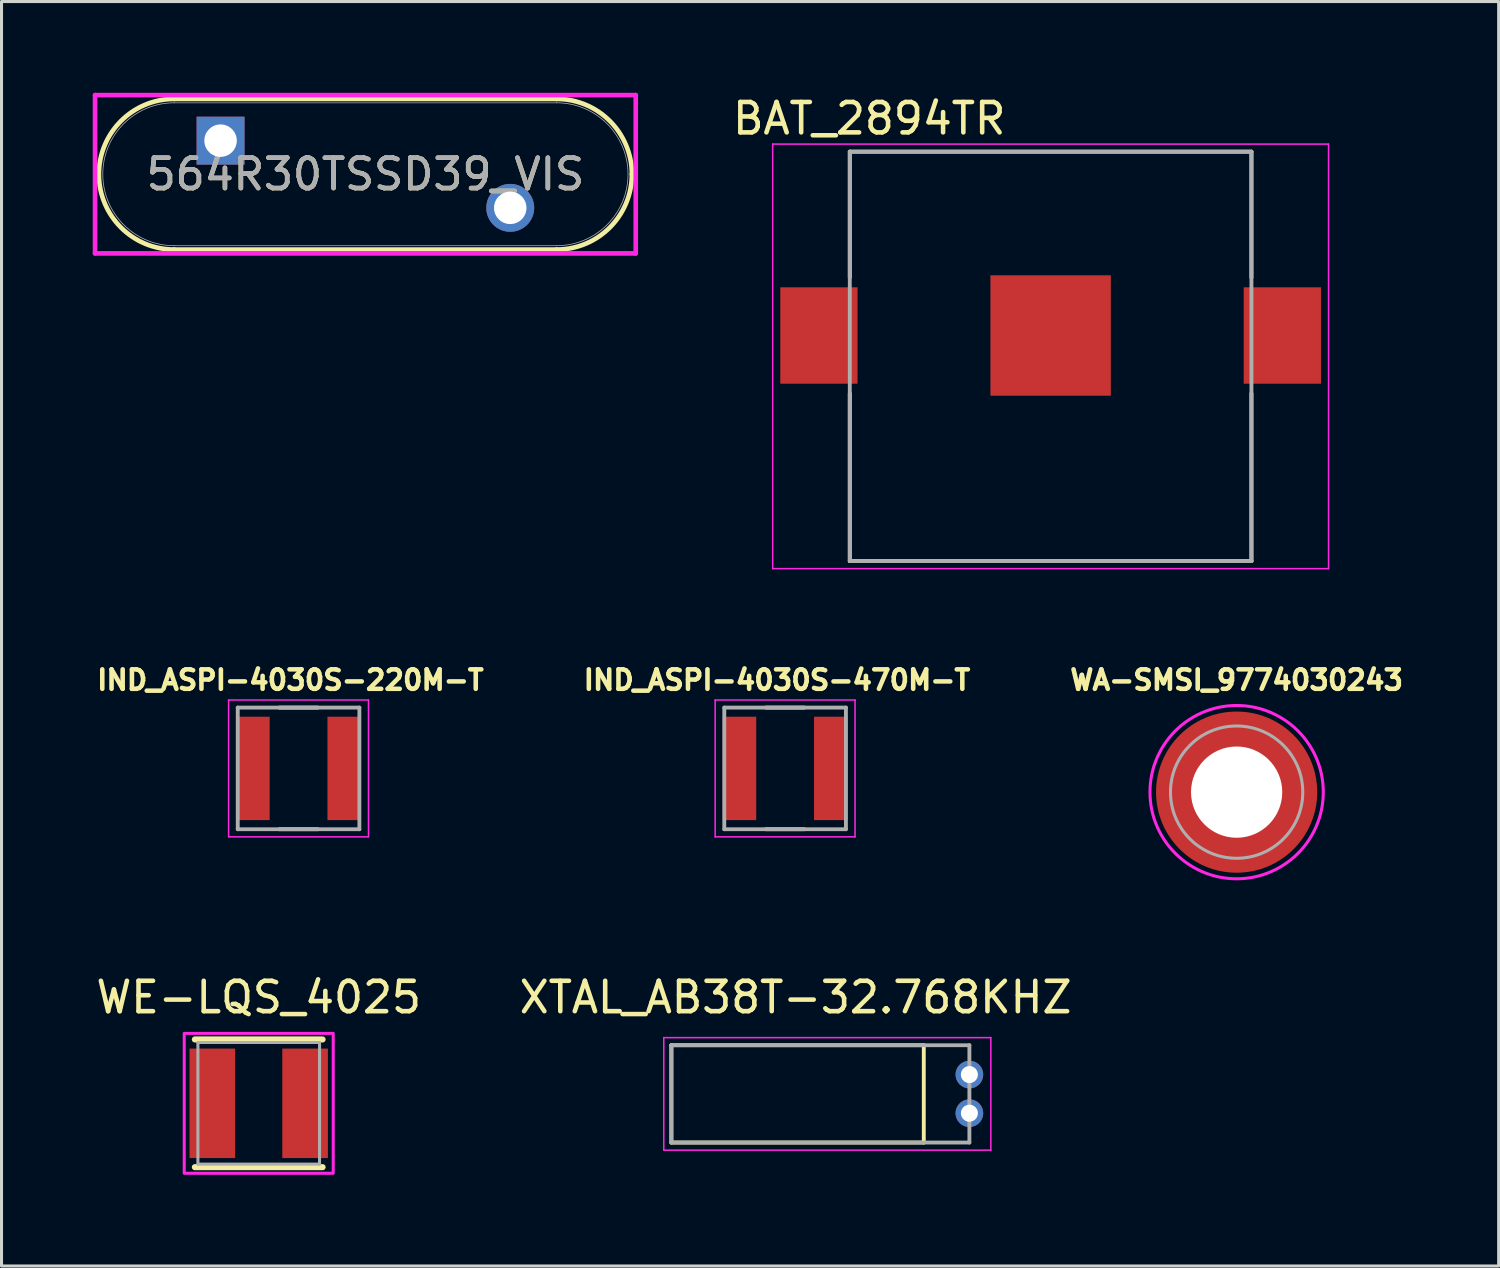
<source format=kicad_pcb>
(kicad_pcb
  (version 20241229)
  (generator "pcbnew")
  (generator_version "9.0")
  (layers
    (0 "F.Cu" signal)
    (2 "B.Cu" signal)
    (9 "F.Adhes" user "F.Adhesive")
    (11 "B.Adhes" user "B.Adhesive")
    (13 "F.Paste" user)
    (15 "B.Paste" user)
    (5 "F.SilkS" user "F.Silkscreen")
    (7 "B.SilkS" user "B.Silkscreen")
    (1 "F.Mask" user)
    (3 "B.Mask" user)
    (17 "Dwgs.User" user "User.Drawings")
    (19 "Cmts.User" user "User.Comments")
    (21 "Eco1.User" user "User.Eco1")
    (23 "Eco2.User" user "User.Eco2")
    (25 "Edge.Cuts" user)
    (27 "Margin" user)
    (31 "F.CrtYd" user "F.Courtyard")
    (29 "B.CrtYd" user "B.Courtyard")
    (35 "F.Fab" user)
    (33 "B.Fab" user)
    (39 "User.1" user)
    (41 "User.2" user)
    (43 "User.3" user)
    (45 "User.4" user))
  (footprint "IND_ASPI-4030S-220M-T"
    (layer "F.Cu")
    (at 6.768 22.219)
    (property "Reference" "IND_ASPI-4030S-220M-T" (at -0.268 -2.906 0) (layer "F.SilkS") (effects (font (size 0.64 0.64) (thickness 0.15))))
    (attr smd)
    (fp_line (start -0.63 -2) (end 0.63 -2) (stroke (width 0.127) (type solid)) (layer "F.SilkS"))
    (fp_line (start -0.63 2) (end 0.63 2) (stroke (width 0.127) (type solid)) (layer "F.SilkS"))
    (fp_line (start -2.3 -2.25) (end -2.3 2.25) (stroke (width 0.05) (type solid)) (layer "F.CrtYd"))
    (fp_line (start -2.3 2.25) (end 2.3 2.25) (stroke (width 0.05) (type solid)) (layer "F.CrtYd"))
    (fp_line (start 2.3 -2.25) (end -2.3 -2.25) (stroke (width 0.05) (type solid)) (layer "F.CrtYd"))
    (fp_line (start 2.3 2.25) (end 2.3 -2.25) (stroke (width 0.05) (type solid)) (layer "F.CrtYd"))
    (fp_line (start -2 -2) (end -2 2) (stroke (width 0.127) (type solid)) (layer "F.Fab"))
    (fp_line (start -2 -2) (end 2 -2) (stroke (width 0.127) (type solid)) (layer "F.Fab"))
    (fp_line (start -2 2) (end 2 2) (stroke (width 0.127) (type solid)) (layer "F.Fab"))
    (fp_line (start 2 -2) (end 2 2) (stroke (width 0.127) (type solid)) (layer "F.Fab"))
    (pad "1" smd rect (at -1.5 0) (size 1.1 3.4) (layers "F.Cu" "F.Mask" "F.Paste"))
    (pad "2" smd rect (at 1.5 0) (size 1.1 3.4) (layers "F.Cu" "F.Mask" "F.Paste")))
  (footprint "IND_ASPI-4030S-470M-T"
    (layer "F.Cu")
    (at 22.768 22.219)
    (property "Reference" "IND_ASPI-4030S-470M-T" (at -0.268 -2.906 0) (layer "F.SilkS") (effects (font (size 0.64 0.64) (thickness 0.15))))
    (attr smd)
    (fp_line (start -0.63 -2) (end 0.63 -2) (stroke (width 0.127) (type solid)) (layer "F.SilkS"))
    (fp_line (start -0.63 2) (end 0.63 2) (stroke (width 0.127) (type solid)) (layer "F.SilkS"))
    (fp_line (start -2.3 -2.25) (end -2.3 2.25) (stroke (width 0.05) (type solid)) (layer "F.CrtYd"))
    (fp_line (start -2.3 2.25) (end 2.3 2.25) (stroke (width 0.05) (type solid)) (layer "F.CrtYd"))
    (fp_line (start 2.3 -2.25) (end -2.3 -2.25) (stroke (width 0.05) (type solid)) (layer "F.CrtYd"))
    (fp_line (start 2.3 2.25) (end 2.3 -2.25) (stroke (width 0.05) (type solid)) (layer "F.CrtYd"))
    (fp_line (start -2 -2) (end -2 2) (stroke (width 0.127) (type solid)) (layer "F.Fab"))
    (fp_line (start -2 -2) (end 2 -2) (stroke (width 0.127) (type solid)) (layer "F.Fab"))
    (fp_line (start -2 2) (end 2 2) (stroke (width 0.127) (type solid)) (layer "F.Fab"))
    (fp_line (start 2 -2) (end 2 2) (stroke (width 0.127) (type solid)) (layer "F.Fab"))
    (pad "1" smd rect (at -1.5 0) (size 1.1 3.4) (layers "F.Cu" "F.Mask" "F.Paste"))
    (pad "2" smd rect (at 1.5 0) (size 1.1 3.4) (layers "F.Cu" "F.Mask" "F.Paste")))
  (footprint "XTAL_AB38T-32.768KHZ"
    (layer "F.Cu")
    (at 28.828 32.922)
    (property "Reference" "XTAL_AB38T-32.768KHZ" (at -5.715 -3.175 0) (layer "F.SilkS") (effects (font (size 1 1) (thickness 0.15))))
    (attr through_hole)
    (fp_line (start -9.8 -1.6) (end -1.5 -1.6) (stroke (width 0.127) (type solid)) (layer "F.SilkS"))
    (fp_line (start -9.8 1.6) (end -9.8 -1.6) (stroke (width 0.127) (type solid)) (layer "F.SilkS"))
    (fp_line (start -1.5 -1.6) (end -1.5 1.6) (stroke (width 0.127) (type solid)) (layer "F.SilkS"))
    (fp_line (start -1.5 1.6) (end -9.8 1.6) (stroke (width 0.127) (type solid)) (layer "F.SilkS"))
    (fp_line (start -10.05 -1.85) (end 0.705 -1.85) (stroke (width 0.05) (type solid)) (layer "F.CrtYd"))
    (fp_line (start -10.05 1.85) (end -10.05 -1.85) (stroke (width 0.05) (type solid)) (layer "F.CrtYd"))
    (fp_line (start 0.705 -1.85) (end 0.705 1.85) (stroke (width 0.05) (type solid)) (layer "F.CrtYd"))
    (fp_line (start 0.705 1.85) (end -10.05 1.85) (stroke (width 0.05) (type solid)) (layer "F.CrtYd"))
    (fp_line (start -9.8 -1.6) (end 0 -1.6) (stroke (width 0.127) (type solid)) (layer "F.Fab"))
    (fp_line (start -9.8 1.6) (end -9.8 -1.6) (stroke (width 0.127) (type solid)) (layer "F.Fab"))
    (fp_line (start 0 -1.6) (end 0 1.6) (stroke (width 0.127) (type solid)) (layer "F.Fab"))
    (fp_line (start 0 1.6) (end -9.8 1.6) (stroke (width 0.127) (type solid)) (layer "F.Fab"))
    (pad "1" thru_hole circle (at 0 -0.635) (size 0.91 0.91) (drill 0.56) (layers "*.Cu" "*.Mask"))
    (pad "2" thru_hole circle (at 0 0.635) (size 0.91 0.91) (drill 0.56) (layers "*.Cu" "*.Mask")))
  (footprint "BAT_2894TR"
    (layer "F.Cu")
    (at 31.499 7.983)
    (property "Reference" "BAT_2894TR" (at -5.965 -7.135 0) (layer "F.SilkS") (effects (font (size 1 1) (thickness 0.15))))
    (attr smd)
    (fp_line (start -6.604 -6.045) (end 6.604 -6.045) (stroke (width 0.127) (type solid)) (layer "F.SilkS"))
    (fp_line (start -6.604 -1.905) (end -6.604 -6.045) (stroke (width 0.127) (type solid)) (layer "F.SilkS"))
    (fp_line (start -6.604 7.417) (end -6.604 1.905) (stroke (width 0.127) (type solid)) (layer "F.SilkS"))
    (fp_line (start 6.604 -6.045) (end 6.604 -1.905) (stroke (width 0.127) (type solid)) (layer "F.SilkS"))
    (fp_line (start 6.604 7.417) (end -6.604 7.417) (stroke (width 0.127) (type solid)) (layer "F.SilkS"))
    (fp_line (start 6.604 7.417) (end 6.604 1.905) (stroke (width 0.127) (type solid)) (layer "F.SilkS"))
    (fp_line (start -9.14 -6.295) (end -9.14 7.667) (stroke (width 0.05) (type solid)) (layer "F.CrtYd"))
    (fp_line (start -9.14 7.667) (end 9.14 7.667) (stroke (width 0.05) (type solid)) (layer "F.CrtYd"))
    (fp_line (start 9.14 -6.295) (end -9.14 -6.295) (stroke (width 0.05) (type solid)) (layer "F.CrtYd"))
    (fp_line (start 9.14 7.667) (end 9.14 -6.295) (stroke (width 0.05) (type solid)) (layer "F.CrtYd"))
    (fp_line (start -6.604 -6.045) (end 6.604 -6.045) (stroke (width 0.127) (type solid)) (layer "F.Fab"))
    (fp_line (start -6.604 7.417) (end -6.604 -6.045) (stroke (width 0.127) (type solid)) (layer "F.Fab"))
    (fp_line (start 6.604 -6.045) (end 6.604 7.417) (stroke (width 0.127) (type solid)) (layer "F.Fab"))
    (fp_line (start 6.604 7.417) (end -6.604 7.417) (stroke (width 0.127) (type solid)) (layer "F.Fab"))
    (pad "N" smd rect (at 0 0) (size 3.96 3.96) (layers "F.Cu" "F.Mask"))
    (pad "P1" smd rect (at -7.62 0) (size 2.54 3.17) (layers "F.Cu" "F.Mask" "F.Paste"))
    (pad "P2" smd rect (at 7.62 0) (size 2.54 3.17) (layers "F.Cu" "F.Mask" "F.Paste")))
  (footprint "WE-LQS_4025"
    (layer "F.Cu")
    (at 5.458 33.232)
    (property "Reference" "WE-LQS_4025" (at 0 -3.485 0) (layer "F.SilkS") (effects (font (size 1 1) (thickness 0.15))))
    (attr smd)
    (fp_line (start -2.1 -2.1) (end 2.1 -2.1) (stroke (width 0.2) (type solid)) (layer "F.SilkS"))
    (fp_line (start -2.1 2.1) (end 2.1 2.1) (stroke (width 0.2) (type solid)) (layer "F.SilkS"))
    (fp_poly (pts (xy -2.45 -2.3) (xy 2.45 -2.3) (xy 2.45 2.3) (xy -2.45 2.3)) (stroke (width 0.1) (type solid)) (fill no) (layer "F.CrtYd"))
    (fp_line (start -2 -2) (end 2 -2) (stroke (width 0.1) (type solid)) (layer "F.Fab"))
    (fp_line (start -2 2) (end -2 -2) (stroke (width 0.1) (type solid)) (layer "F.Fab"))
    (fp_line (start 2 -2) (end 2 2) (stroke (width 0.1) (type solid)) (layer "F.Fab"))
    (fp_line (start 2 2) (end -2 2) (stroke (width 0.1) (type solid)) (layer "F.Fab"))
    (pad "1" smd rect (at -1.525 0) (size 1.5 3.6) (layers "F.Cu" "F.Mask" "F.Paste"))
    (pad "2" smd rect (at 1.525 0) (size 1.5 3.6) (layers "F.Cu" "F.Mask" "F.Paste")))
  (footprint "WA-SMSI_9774030243"
    (layer "F.Cu")
    (at 37.616 22.999)
    (property "Reference" "WA-SMSI_9774030243" (at 0 -3.686 0) (layer "F.SilkS") (effects (font (size 0.64 0.64) (thickness 0.15))))
    (attr smd)
    (fp_poly (pts (xy -2.54 0.3) (xy -1.52 0.3) (xy -1.51 0.355) (xy -1.49 0.43) (xy -1.46 0.525) (xy -1.42 0.625) (xy -1.355 0.755) (xy -1.31 0.83) (xy -1.255 0.91) (xy -1.205 0.975) (xy -1.145 1.045) (xy -1.11 1.08) (xy -1.07 1.12) (xy -1.025 1.165) (xy -0.97 1.21) (xy -0.89 1.27) (xy -0.815 1.32) (xy -0.745 1.36) (xy -0.645 1.41) (xy -0.575 1.44) (xy -0.51 1.465) (xy -0.43 1.49) (xy -0.355 1.51) (xy -0.3 1.52) (xy -0.3 2.54) (xy -0.36 2.535) (xy -0.425 2.525) (xy -0.51 2.51) (xy -0.6 2.49) (xy -0.675 2.47) (xy -0.75 2.45) (xy -0.825 2.425) (xy -0.895 2.4) (xy -0.97 2.37) (xy -1.04 2.34) (xy -1.115 2.305) (xy -1.165 2.28) (xy -1.25 2.235) (xy -1.32 2.195) (xy -1.39 2.15) (xy -1.465 2.1) (xy -1.56 2.03) (xy -1.655 1.955) (xy -1.715 1.9) (xy -1.785 1.835) (xy -1.845 1.775) (xy -1.905 1.71) (xy -1.955 1.655) (xy -2.01 1.585) (xy -2.06 1.52) (xy -2.11 1.45) (xy -2.16 1.375) (xy -2.2 1.31) (xy -2.245 1.23) (xy -2.285 1.155) (xy -2.325 1.075) (xy -2.36 0.995) (xy -2.39 0.92) (xy -2.415 0.855) (xy -2.445 0.76) (xy -2.475 0.66) (xy -2.5 0.56) (xy -2.515 0.485) (xy -2.525 0.425) (xy -2.535 0.36)) (stroke (width 0.01) (type solid)) (fill yes) (layer "F.Paste"))
    (fp_poly (pts (xy -0.3 -2.54) (xy -0.3 -1.52) (xy -0.355 -1.51) (xy -0.43 -1.49) (xy -0.525 -1.46) (xy -0.625 -1.42) (xy -0.755 -1.355) (xy -0.83 -1.31) (xy -0.91 -1.255) (xy -0.975 -1.205) (xy -1.045 -1.145) (xy -1.08 -1.11) (xy -1.12 -1.07) (xy -1.165 -1.025) (xy -1.21 -0.97) (xy -1.27 -0.89) (xy -1.32 -0.815) (xy -1.36 -0.745) (xy -1.41 -0.645) (xy -1.44 -0.575) (xy -1.465 -0.51) (xy -1.49 -0.43) (xy -1.51 -0.355) (xy -1.52 -0.3) (xy -2.54 -0.3) (xy -2.535 -0.36) (xy -2.525 -0.425) (xy -2.51 -0.51) (xy -2.49 -0.6) (xy -2.47 -0.675) (xy -2.45 -0.75) (xy -2.425 -0.825) (xy -2.4 -0.895) (xy -2.37 -0.97) (xy -2.34 -1.04) (xy -2.305 -1.115) (xy -2.28 -1.165) (xy -2.235 -1.25) (xy -2.195 -1.32) (xy -2.15 -1.39) (xy -2.1 -1.465) (xy -2.03 -1.56) (xy -1.955 -1.655) (xy -1.9 -1.715) (xy -1.835 -1.785) (xy -1.775 -1.845) (xy -1.71 -1.905) (xy -1.655 -1.955) (xy -1.585 -2.01) (xy -1.52 -2.06) (xy -1.45 -2.11) (xy -1.375 -2.16) (xy -1.31 -2.2) (xy -1.23 -2.245) (xy -1.155 -2.285) (xy -1.075 -2.325) (xy -0.995 -2.36) (xy -0.92 -2.39) (xy -0.855 -2.415) (xy -0.76 -2.445) (xy -0.66 -2.475) (xy -0.56 -2.5) (xy -0.485 -2.515) (xy -0.425 -2.525) (xy -0.36 -2.535)) (stroke (width 0.01) (type solid)) (fill yes) (layer "F.Paste"))
    (fp_poly (pts (xy 0.3 2.54) (xy 0.3 1.52) (xy 0.355 1.51) (xy 0.43 1.49) (xy 0.525 1.46) (xy 0.625 1.42) (xy 0.755 1.355) (xy 0.83 1.31) (xy 0.91 1.255) (xy 0.975 1.205) (xy 1.045 1.145) (xy 1.08 1.11) (xy 1.12 1.07) (xy 1.165 1.025) (xy 1.21 0.97) (xy 1.27 0.89) (xy 1.32 0.815) (xy 1.36 0.745) (xy 1.41 0.645) (xy 1.44 0.575) (xy 1.465 0.51) (xy 1.49 0.43) (xy 1.51 0.355) (xy 1.52 0.3) (xy 2.54 0.3) (xy 2.535 0.36) (xy 2.525 0.425) (xy 2.51 0.51) (xy 2.49 0.6) (xy 2.47 0.675) (xy 2.45 0.75) (xy 2.425 0.825) (xy 2.4 0.895) (xy 2.37 0.97) (xy 2.34 1.04) (xy 2.305 1.115) (xy 2.28 1.165) (xy 2.235 1.25) (xy 2.195 1.32) (xy 2.15 1.39) (xy 2.1 1.465) (xy 2.03 1.56) (xy 1.955 1.655) (xy 1.9 1.715) (xy 1.835 1.785) (xy 1.775 1.845) (xy 1.71 1.905) (xy 1.655 1.955) (xy 1.585 2.01) (xy 1.52 2.06) (xy 1.45 2.11) (xy 1.375 2.16) (xy 1.31 2.2) (xy 1.23 2.245) (xy 1.155 2.285) (xy 1.075 2.325) (xy 0.995 2.36) (xy 0.92 2.39) (xy 0.855 2.415) (xy 0.76 2.445) (xy 0.66 2.475) (xy 0.56 2.5) (xy 0.485 2.515) (xy 0.425 2.525) (xy 0.36 2.535)) (stroke (width 0.01) (type solid)) (fill yes) (layer "F.Paste"))
    (fp_poly (pts (xy 2.54 -0.3) (xy 1.52 -0.3) (xy 1.51 -0.355) (xy 1.49 -0.43) (xy 1.46 -0.525) (xy 1.42 -0.625) (xy 1.355 -0.755) (xy 1.31 -0.83) (xy 1.255 -0.91) (xy 1.205 -0.975) (xy 1.145 -1.045) (xy 1.11 -1.08) (xy 1.07 -1.12) (xy 1.025 -1.165) (xy 0.97 -1.21) (xy 0.89 -1.27) (xy 0.815 -1.32) (xy 0.745 -1.36) (xy 0.645 -1.41) (xy 0.575 -1.44) (xy 0.51 -1.465) (xy 0.43 -1.49) (xy 0.355 -1.51) (xy 0.3 -1.52) (xy 0.3 -2.54) (xy 0.36 -2.535) (xy 0.425 -2.525) (xy 0.51 -2.51) (xy 0.6 -2.49) (xy 0.675 -2.47) (xy 0.75 -2.45) (xy 0.825 -2.425) (xy 0.895 -2.4) (xy 0.97 -2.37) (xy 1.04 -2.34) (xy 1.115 -2.305) (xy 1.165 -2.28) (xy 1.25 -2.235) (xy 1.32 -2.195) (xy 1.39 -2.15) (xy 1.465 -2.1) (xy 1.56 -2.03) (xy 1.655 -1.955) (xy 1.715 -1.9) (xy 1.785 -1.835) (xy 1.845 -1.775) (xy 1.905 -1.71) (xy 1.955 -1.655) (xy 2.01 -1.585) (xy 2.06 -1.52) (xy 2.11 -1.45) (xy 2.16 -1.375) (xy 2.2 -1.31) (xy 2.245 -1.23) (xy 2.285 -1.155) (xy 2.325 -1.075) (xy 2.36 -0.995) (xy 2.39 -0.92) (xy 2.415 -0.855) (xy 2.445 -0.76) (xy 2.475 -0.66) (xy 2.5 -0.56) (xy 2.515 -0.485) (xy 2.525 -0.425) (xy 2.535 -0.36)) (stroke (width 0.01) (type solid)) (fill yes) (layer "F.Paste"))
    (fp_poly (pts (xy 0 -2.85) (xy 0.149 -2.846) (xy 0.298 -2.834) (xy 0.446 -2.815) (xy 0.593 -2.788) (xy 0.738 -2.753) (xy 0.881 -2.711) (xy 1.021 -2.661) (xy 1.159 -2.604) (xy 1.294 -2.539) (xy 1.425 -2.468) (xy 1.552 -2.39) (xy 1.675 -2.306) (xy 1.794 -2.215) (xy 1.907 -2.118) (xy 2.015 -2.015) (xy 2.118 -1.907) (xy 2.215 -1.794) (xy 2.306 -1.675) (xy 2.39 -1.552) (xy 2.468 -1.425) (xy 2.539 -1.294) (xy 2.604 -1.159) (xy 2.661 -1.021) (xy 2.711 -0.881) (xy 2.753 -0.738) (xy 2.788 -0.593) (xy 2.815 -0.446) (xy 2.834 -0.298) (xy 2.846 -0.149) (xy 2.85 0) (xy 2.846 0.149) (xy 2.834 0.298) (xy 2.815 0.446) (xy 2.788 0.593) (xy 2.753 0.738) (xy 2.711 0.881) (xy 2.661 1.021) (xy 2.604 1.159) (xy 2.539 1.294) (xy 2.468 1.425) (xy 2.39 1.552) (xy 2.306 1.675) (xy 2.215 1.794) (xy 2.118 1.907) (xy 2.015 2.015) (xy 1.907 2.118) (xy 1.794 2.215) (xy 1.675 2.306) (xy 1.552 2.39) (xy 1.425 2.468) (xy 1.294 2.539) (xy 1.159 2.604) (xy 1.021 2.661) (xy 0.881 2.711) (xy 0.738 2.753) (xy 0.593 2.788) (xy 0.446 2.815) (xy 0.298 2.834) (xy 0.149 2.846) (xy 0 2.85) (xy -0.149 2.846) (xy -0.298 2.834) (xy -0.446 2.815) (xy -0.593 2.788) (xy -0.738 2.753) (xy -0.881 2.711) (xy -1.021 2.661) (xy -1.159 2.604) (xy -1.294 2.539) (xy -1.425 2.468) (xy -1.552 2.39) (xy -1.675 2.306) (xy -1.794 2.215) (xy -1.907 2.118) (xy -2.015 2.015) (xy -2.118 1.907) (xy -2.215 1.794) (xy -2.306 1.675) (xy -2.39 1.552) (xy -2.468 1.425) (xy -2.539 1.294) (xy -2.604 1.159) (xy -2.661 1.021) (xy -2.711 0.881) (xy -2.753 0.738) (xy -2.788 0.593) (xy -2.815 0.446) (xy -2.834 0.298) (xy -2.846 0.149) (xy -2.85 0) (xy -2.846 -0.149) (xy -2.834 -0.298) (xy -2.815 -0.446) (xy -2.788 -0.593) (xy -2.753 -0.738) (xy -2.711 -0.881) (xy -2.661 -1.021) (xy -2.604 -1.159) (xy -2.539 -1.294) (xy -2.468 -1.425) (xy -2.39 -1.552) (xy -2.306 -1.675) (xy -2.215 -1.794) (xy -2.118 -1.907) (xy -2.015 -2.015) (xy -1.907 -2.118) (xy -1.794 -2.215) (xy -1.675 -2.306) (xy -1.552 -2.39) (xy -1.425 -2.468) (xy -1.294 -2.539) (xy -1.159 -2.604) (xy -1.021 -2.661) (xy -0.881 -2.711) (xy -0.738 -2.753) (xy -0.593 -2.788) (xy -0.446 -2.815) (xy -0.298 -2.834) (xy -0.149 -2.846) (xy 0 -2.85)) (stroke (width 0.1) (type solid)) (fill no) (layer "F.CrtYd"))
    (fp_circle (center 0 0) (end 2.175 0) (stroke (width 0.1) (type solid)) (fill no) (layer "F.Fab"))
    (pad "" np_thru_hole circle (at 0 0) (size 3 3) (drill 3) (layers "*.Cu" "*.Mask"))
    (pad "1" smd circle (at 0 0) (size 5.3 5.3) (layers "F.Cu" "F.Mask")))
  (footprint "564R30TSSD39_VIS"
    (layer "F.Cu")
    (at 8.966 2.68)
    (property "Reference" "564R30TSSD39_VIS" (at 0 0 0) (unlocked yes) (layer "F.SilkS") (effects (font (size 1 1) (thickness 0.15))))
    (attr through_hole)
    (fp_line (start -6.287 -2.477) (end 6.287 -2.477) (stroke (width 0.152) (type solid)) (layer "F.SilkS"))
    (fp_line (start -6.287 2.477) (end 6.287 2.477) (stroke (width 0.152) (type solid)) (layer "F.SilkS"))
    (fp_arc (start -6.2865 2.4765) (mid -8.763 0) (end -6.2865 -2.4765) (stroke (width 0.1524) (type solid)) (layer "F.SilkS"))
    (fp_arc (start 6.2865 -2.4765) (mid 8.03765 -1.75115) (end 8.763 0) (stroke (width 0.1524) (type solid)) (layer "F.SilkS"))
    (fp_arc (start 8.763 0) (mid 8.03765 1.75115) (end 6.2865 2.4765) (stroke (width 0.1524) (type solid)) (layer "F.SilkS"))
    (fp_line (start -8.89 -2.603) (end 8.89 -2.603) (stroke (width 0.152) (type solid)) (layer "F.CrtYd"))
    (fp_line (start -8.89 2.603) (end -8.89 -2.603) (stroke (width 0.152) (type solid)) (layer "F.CrtYd"))
    (fp_line (start 8.89 -2.603) (end 8.89 2.603) (stroke (width 0.152) (type solid)) (layer "F.CrtYd"))
    (fp_line (start 8.89 2.603) (end -8.89 2.603) (stroke (width 0.152) (type solid)) (layer "F.CrtYd"))
    (fp_line (start -6.287 -2.349) (end 6.287 -2.349) (stroke (width 0.025) (type solid)) (layer "F.Fab"))
    (fp_line (start -6.287 2.349) (end 6.287 2.349) (stroke (width 0.025) (type solid)) (layer "F.Fab"))
    (fp_arc (start -6.2865 2.3495) (mid -8.636 0) (end -6.2865 -2.3495) (stroke (width 0.0254) (type solid)) (layer "F.Fab"))
    (fp_arc (start 6.2865 -2.3495) (mid 8.636 0) (end 6.2865 2.3495) (stroke (width 0.0254) (type solid)) (layer "F.Fab"))
    (fp_text user "${REFERENCE}" (at 0 0 0) (unlocked yes) (layer "F.Fab") (effects (font (size 1 1) (thickness 0.15))))
    (pad "1" thru_hole rect (at -4.763 -1.105) (size 1.575 1.575) (drill 1.067) (layers "*.Cu" "*.Mask"))
    (pad "2" thru_hole circle (at 4.763 1.105) (size 1.575 1.575) (drill 1.067) (layers "*.Cu" "*.Mask")))
  (gr_rect
    (start -3 -3)
    (end 46.233 38.582)
    (stroke (width 0.1) (type default))
    (fill no)
    (layer "Edge.Cuts")))
</source>
